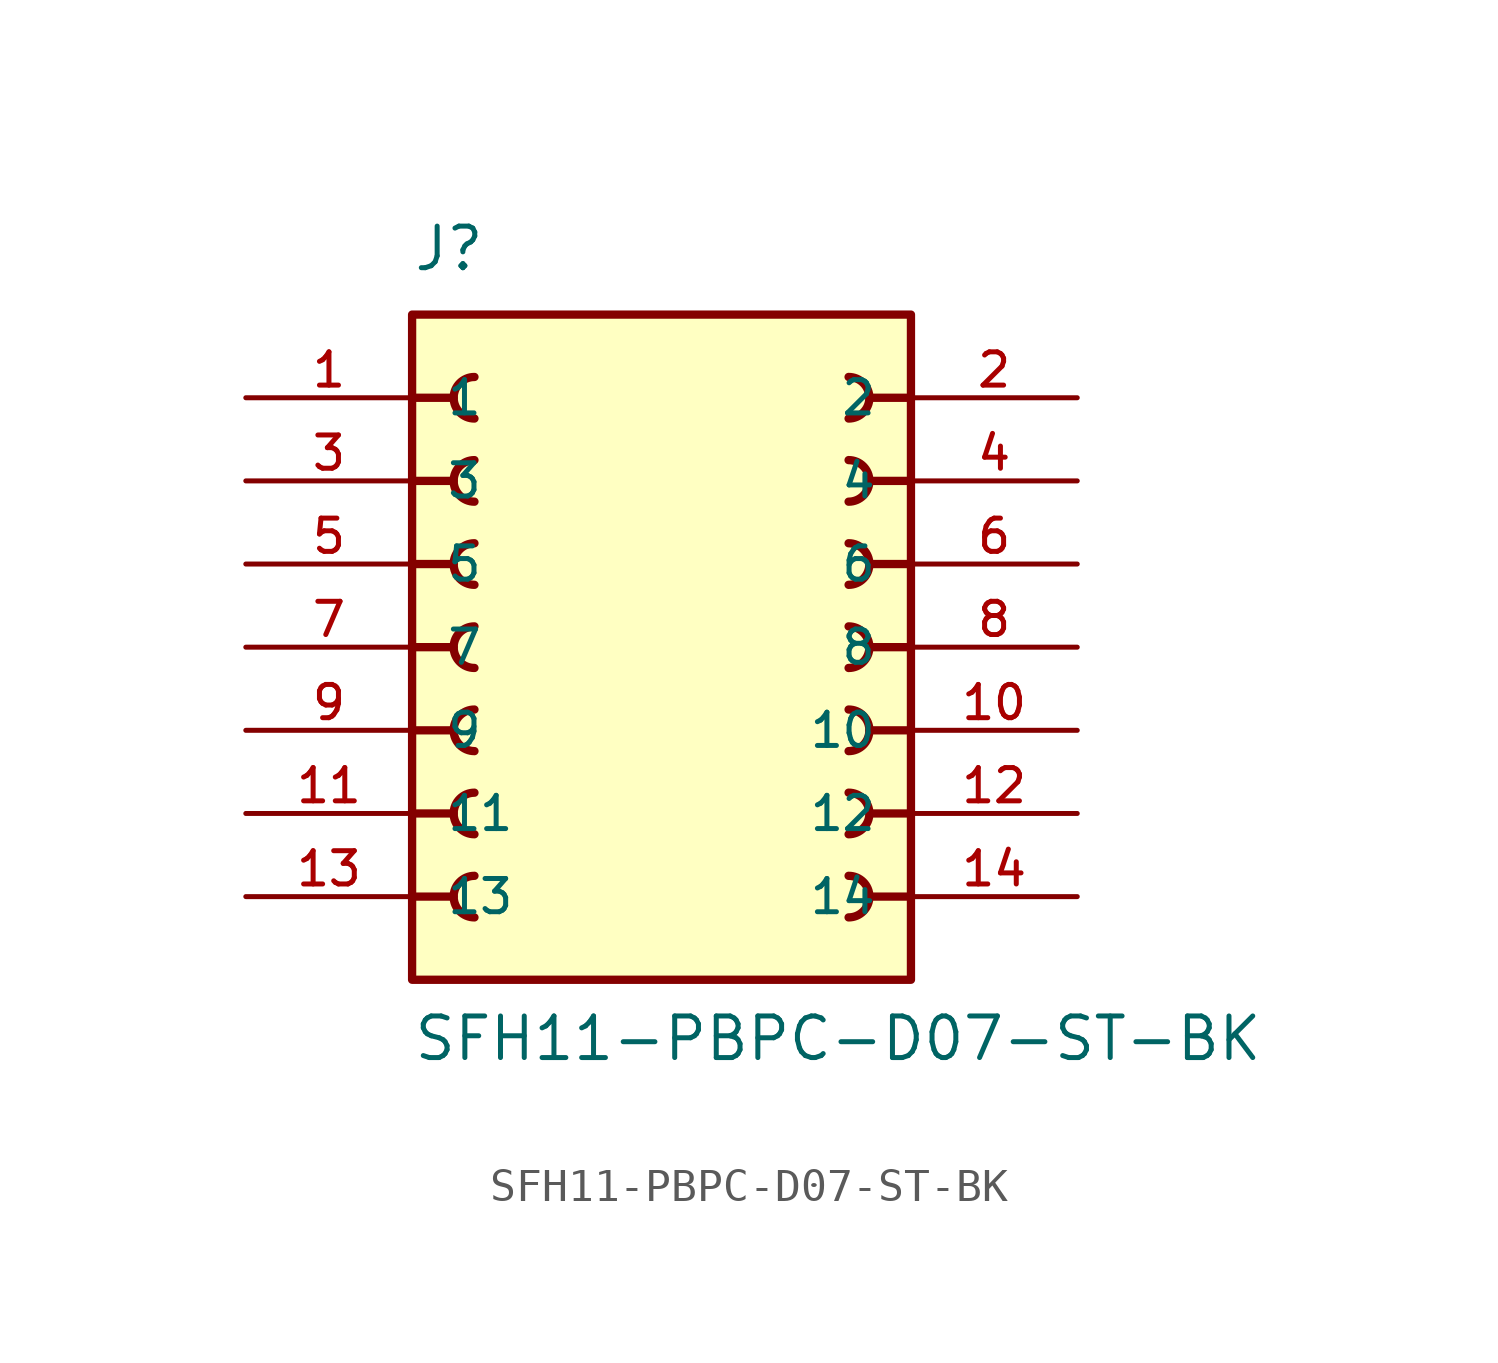
<source format=kicad_sym>
(kicad_symbol_lib
  (version 20220914)
  (generator kicad_symbol_editor)
  (symbol "SFH11-PBPC-D07-ST-BK"
    (pin_names
      (offset 1.016))
    (property "Reference" "J"
      (at -7.62 11.43 0)
      (effects (font (size 1.27 1.27)) (justify left bottom)))
    (property "Value" "SFH11-PBPC-D07-ST-BK"
      (at -7.62 -12.7 0)
      (effects (font (size 1.27 1.27)) (justify left bottom)))
    (symbol "SFH11-PBPC-D07-ST-BK_0_0"
      (rectangle (start -7.62 -10.16) (end 7.62 10.16) (stroke (width 0.254) (type default)) (fill (type background)))
      (arc (start -5.715 -6.985) (mid -6.3473 -7.62) (end -5.715 -8.255) (stroke (width 0.254) (type default)) (fill (type none)))
      (arc (start -5.715 -4.445) (mid -6.3473 -5.08) (end -5.715 -5.715) (stroke (width 0.254) (type default)) (fill (type none)))
      (arc (start -5.715 -1.905) (mid -6.3473 -2.54) (end -5.715 -3.175) (stroke (width 0.254) (type default)) (fill (type none)))
      (arc (start -5.715 0.635) (mid -6.3473 0) (end -5.715 -0.635) (stroke (width 0.254) (type default)) (fill (type none)))
      (arc (start -5.715 3.175) (mid -6.3473 2.54) (end -5.715 1.905) (stroke (width 0.254) (type default)) (fill (type none)))
      (arc (start -5.715 5.715) (mid -6.3473 5.08) (end -5.715 4.445) (stroke (width 0.254) (type default)) (fill (type none)))
      (arc (start -5.715 8.255) (mid -6.3473 7.62) (end -5.715 6.985) (stroke (width 0.254) (type default)) (fill (type none)))
      (polyline (pts (xy -7.62 -7.62) (xy -6.35 -7.62)) (stroke (width 0.254) (type default)) (fill (type none)))
      (polyline (pts (xy -7.62 -5.08) (xy -6.35 -5.08)) (stroke (width 0.254) (type default)) (fill (type none)))
      (polyline (pts (xy -7.62 -2.54) (xy -6.35 -2.54)) (stroke (width 0.254) (type default)) (fill (type none)))
      (polyline (pts (xy -7.62 0) (xy -6.35 0)) (stroke (width 0.254) (type default)) (fill (type none)))
      (polyline (pts (xy -7.62 2.54) (xy -6.35 2.54)) (stroke (width 0.254) (type default)) (fill (type none)))
      (polyline (pts (xy -7.62 5.08) (xy -6.35 5.08)) (stroke (width 0.254) (type default)) (fill (type none)))
      (polyline (pts (xy -7.62 7.62) (xy -6.35 7.62)) (stroke (width 0.254) (type default)) (fill (type none)))
      (polyline (pts (xy 7.62 -7.62) (xy 6.35 -7.62)) (stroke (width 0.254) (type default)) (fill (type none)))
      (polyline (pts (xy 7.62 -5.08) (xy 6.35 -5.08)) (stroke (width 0.254) (type default)) (fill (type none)))
      (polyline (pts (xy 7.62 -2.54) (xy 6.35 -2.54)) (stroke (width 0.254) (type default)) (fill (type none)))
      (polyline (pts (xy 7.62 0) (xy 6.35 0)) (stroke (width 0.254) (type default)) (fill (type none)))
      (polyline (pts (xy 7.62 2.54) (xy 6.35 2.54)) (stroke (width 0.254) (type default)) (fill (type none)))
      (polyline (pts (xy 7.62 5.08) (xy 6.35 5.08)) (stroke (width 0.254) (type default)) (fill (type none)))
      (polyline (pts (xy 7.62 7.62) (xy 6.35 7.62)) (stroke (width 0.254) (type default)) (fill (type none)))
      (arc (start 5.715 -8.255) (mid 6.3473 -7.62) (end 5.715 -6.985) (stroke (width 0.254) (type default)) (fill (type none)))
      (arc (start 5.715 -5.715) (mid 6.3473 -5.08) (end 5.715 -4.445) (stroke (width 0.254) (type default)) (fill (type none)))
      (arc (start 5.715 -3.175) (mid 6.3473 -2.54) (end 5.715 -1.905) (stroke (width 0.254) (type default)) (fill (type none)))
      (arc (start 5.715 -0.635) (mid 6.3473 0) (end 5.715 0.635) (stroke (width 0.254) (type default)) (fill (type none)))
      (arc (start 5.715 1.905) (mid 6.3473 2.54) (end 5.715 3.175) (stroke (width 0.254) (type default)) (fill (type none)))
      (arc (start 5.715 4.445) (mid 6.3473 5.08) (end 5.715 5.715) (stroke (width 0.254) (type default)) (fill (type none)))
      (arc (start 5.715 6.985) (mid 6.3473 7.62) (end 5.715 8.255) (stroke (width 0.254) (type default)) (fill (type none)))
      (pin passive line (at -12.7 7.62 0) (length 5.08) (name "1" (effects (font (size 1.016 1.016)))) (number "1" (effects (font (size 1.016 1.016)))))
      (pin passive line (at 12.7 -2.54 180) (length 5.08) (name "10" (effects (font (size 1.016 1.016)))) (number "10" (effects (font (size 1.016 1.016)))))
      (pin passive line (at -12.7 -5.08 0) (length 5.08) (name "11" (effects (font (size 1.016 1.016)))) (number "11" (effects (font (size 1.016 1.016)))))
      (pin passive line (at 12.7 -5.08 180) (length 5.08) (name "12" (effects (font (size 1.016 1.016)))) (number "12" (effects (font (size 1.016 1.016)))))
      (pin passive line (at -12.7 -7.62 0) (length 5.08) (name "13" (effects (font (size 1.016 1.016)))) (number "13" (effects (font (size 1.016 1.016)))))
      (pin passive line (at 12.7 -7.62 180) (length 5.08) (name "14" (effects (font (size 1.016 1.016)))) (number "14" (effects (font (size 1.016 1.016)))))
      (pin passive line (at 12.7 7.62 180) (length 5.08) (name "2" (effects (font (size 1.016 1.016)))) (number "2" (effects (font (size 1.016 1.016)))))
      (pin passive line (at -12.7 5.08 0) (length 5.08) (name "3" (effects (font (size 1.016 1.016)))) (number "3" (effects (font (size 1.016 1.016)))))
      (pin passive line (at 12.7 5.08 180) (length 5.08) (name "4" (effects (font (size 1.016 1.016)))) (number "4" (effects (font (size 1.016 1.016)))))
      (pin passive line (at -12.7 2.54 0) (length 5.08) (name "5" (effects (font (size 1.016 1.016)))) (number "5" (effects (font (size 1.016 1.016)))))
      (pin passive line (at 12.7 2.54 180) (length 5.08) (name "6" (effects (font (size 1.016 1.016)))) (number "6" (effects (font (size 1.016 1.016)))))
      (pin passive line (at -12.7 0 0) (length 5.08) (name "7" (effects (font (size 1.016 1.016)))) (number "7" (effects (font (size 1.016 1.016)))))
      (pin passive line (at 12.7 0 180) (length 5.08) (name "8" (effects (font (size 1.016 1.016)))) (number "8" (effects (font (size 1.016 1.016)))))
      (pin passive line (at -12.7 -2.54 0) (length 5.08) (name "9" (effects (font (size 1.016 1.016)))) (number "9" (effects (font (size 1.016 1.016))))))))
</source>
